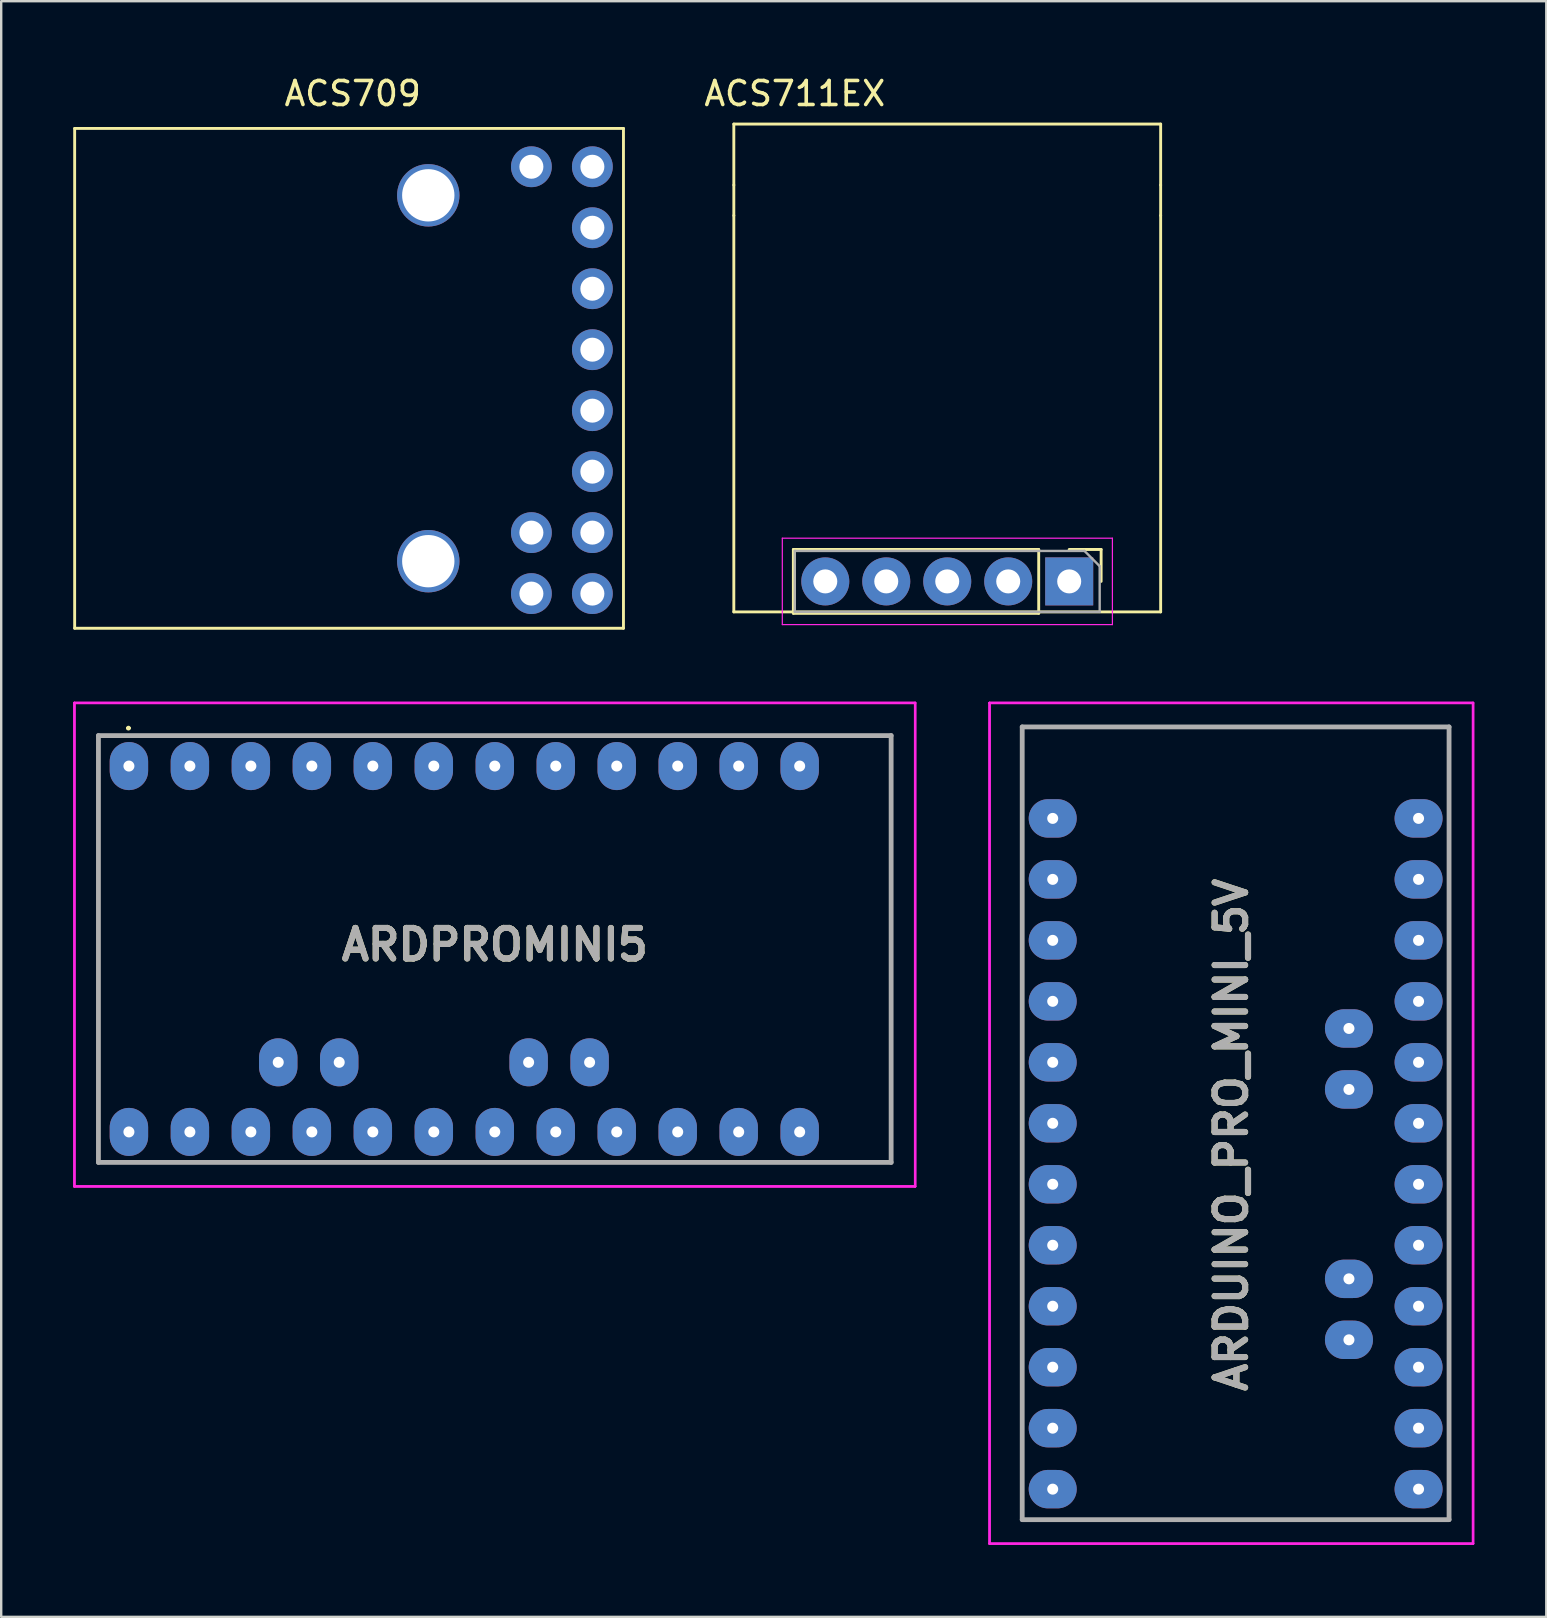
<source format=kicad_pcb>
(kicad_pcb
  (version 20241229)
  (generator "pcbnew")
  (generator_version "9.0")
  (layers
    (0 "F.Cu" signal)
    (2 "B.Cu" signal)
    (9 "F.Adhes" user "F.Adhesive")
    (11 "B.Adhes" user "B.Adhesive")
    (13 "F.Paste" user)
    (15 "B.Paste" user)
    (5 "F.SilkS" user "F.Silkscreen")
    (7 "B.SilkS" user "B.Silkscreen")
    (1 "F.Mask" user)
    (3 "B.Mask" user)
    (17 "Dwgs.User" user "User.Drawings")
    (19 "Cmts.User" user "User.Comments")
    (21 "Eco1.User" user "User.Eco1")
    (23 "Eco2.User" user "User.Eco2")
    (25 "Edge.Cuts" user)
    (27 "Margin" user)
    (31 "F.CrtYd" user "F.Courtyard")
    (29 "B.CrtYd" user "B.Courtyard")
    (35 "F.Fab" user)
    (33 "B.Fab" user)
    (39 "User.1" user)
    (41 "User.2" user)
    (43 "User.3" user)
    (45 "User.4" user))
  (footprint "ACS709"
    (layer "F.Cu")
    (at 22.92 2.296)
    (property "Reference" "ACS709" (at -11.278 -1.448 0) (layer "F.SilkS") (effects (font (size 1 1) (thickness 0.15))))
    (attr through_hole)
    (fp_line (start -22.86 20.824) (end -22.86 0.004) (stroke (width 0.12) (type solid)) (layer "F.SilkS"))
    (fp_line (start 0 0.004) (end -22.86 0.004) (stroke (width 0.12) (type solid)) (layer "F.SilkS"))
    (fp_line (start 0 0.004) (end 0 20.824) (stroke (width 0.12) (type solid)) (layer "F.SilkS"))
    (fp_line (start 0 20.824) (end -22.86 20.824) (stroke (width 0.12) (type solid)) (layer "F.SilkS"))
    (pad "" thru_hole circle (at -8.13 2.79 90) (size 2.6 2.6) (drill 2.18) (layers "*.Cu" "*.Mask"))
    (pad "" thru_hole circle (at -8.13 18.03 90) (size 2.6 2.6) (drill 2.18) (layers "*.Cu" "*.Mask"))
    (pad "3" thru_hole circle (at -3.835 1.6) (size 1.7 1.7) (drill 1) (layers "*.Cu" "*.Mask"))
    (pad "4" thru_hole oval (at -1.295 1.6) (size 1.7 1.7) (drill 1) (layers "*.Cu" "*.Mask"))
    (pad "5" thru_hole oval (at -1.295 4.14) (size 1.7 1.7) (drill 1) (layers "*.Cu" "*.Mask"))
    (pad "6" thru_hole oval (at -1.295 6.68) (size 1.7 1.7) (drill 1) (layers "*.Cu" "*.Mask"))
    (pad "7" thru_hole oval (at -1.295 9.22) (size 1.7 1.7) (drill 1) (layers "*.Cu" "*.Mask"))
    (pad "8" thru_hole oval (at -1.295 11.76) (size 1.7 1.7) (drill 1) (layers "*.Cu" "*.Mask"))
    (pad "9" thru_hole oval (at -1.295 14.3) (size 1.7 1.7) (drill 1) (layers "*.Cu" "*.Mask"))
    (pad "10" thru_hole oval (at -1.295 16.84) (size 1.7 1.7) (drill 1) (layers "*.Cu" "*.Mask"))
    (pad "11" thru_hole oval (at -1.295 19.38) (size 1.7 1.7) (drill 1) (layers "*.Cu" "*.Mask"))
    (pad "12" thru_hole oval (at -3.835 19.38) (size 1.7 1.7) (drill 1) (layers "*.Cu" "*.Mask"))
    (pad "13" thru_hole oval (at -3.835 16.84) (size 1.7 1.7) (drill 1) (layers "*.Cu" "*.Mask")))
  (footprint "ACS711EX"
    (layer "F.Cu")
    (at 36.407 9.738)
    (property "Reference" "ACS711EX" (at -6.35 -8.89 0) (layer "F.SilkS") (effects (font (size 1 1) (thickness 0.15))))
    (attr through_hole)
    (fp_line (start -8.89 -7.62) (end 8.89 -7.62) (stroke (width 0.12) (type solid)) (layer "F.SilkS"))
    (fp_line (start -8.89 -5.08) (end -8.89 -7.62) (stroke (width 0.12) (type solid)) (layer "F.SilkS"))
    (fp_line (start -8.89 -3.81) (end -8.89 -5.08) (stroke (width 0.12) (type solid)) (layer "F.SilkS"))
    (fp_line (start -8.89 -3.81) (end -8.89 12.7) (stroke (width 0.12) (type solid)) (layer "F.SilkS"))
    (fp_line (start -8.89 12.7) (end 8.89 12.7) (stroke (width 0.12) (type solid)) (layer "F.SilkS"))
    (fp_line (start -6.41 10.1) (end -6.41 12.76) (stroke (width 0.12) (type solid)) (layer "F.SilkS"))
    (fp_line (start 3.81 10.1) (end -6.41 10.1) (stroke (width 0.12) (type solid)) (layer "F.SilkS"))
    (fp_line (start 3.81 10.1) (end 3.81 12.76) (stroke (width 0.12) (type solid)) (layer "F.SilkS"))
    (fp_line (start 3.81 12.76) (end -6.41 12.76) (stroke (width 0.12) (type solid)) (layer "F.SilkS"))
    (fp_line (start 5.08 10.1) (end 6.41 10.1) (stroke (width 0.12) (type solid)) (layer "F.SilkS"))
    (fp_line (start 6.41 10.1) (end 6.41 11.43) (stroke (width 0.12) (type solid)) (layer "F.SilkS"))
    (fp_line (start 8.89 -5.08) (end 8.89 -7.62) (stroke (width 0.12) (type solid)) (layer "F.SilkS"))
    (fp_line (start 8.89 -5.08) (end 8.89 -3.81) (stroke (width 0.12) (type solid)) (layer "F.SilkS"))
    (fp_line (start 8.89 12.7) (end 8.89 -3.81) (stroke (width 0.12) (type solid)) (layer "F.SilkS"))
    (fp_line (start -6.87 9.63) (end -6.87 13.23) (stroke (width 0.05) (type solid)) (layer "F.CrtYd"))
    (fp_line (start -6.87 13.23) (end 6.88 13.23) (stroke (width 0.05) (type solid)) (layer "F.CrtYd"))
    (fp_line (start 6.88 9.63) (end -6.87 9.63) (stroke (width 0.05) (type solid)) (layer "F.CrtYd"))
    (fp_line (start 6.88 13.23) (end 6.88 9.63) (stroke (width 0.05) (type solid)) (layer "F.CrtYd"))
    (fp_line (start -6.35 10.16) (end 5.715 10.16) (stroke (width 0.1) (type solid)) (layer "F.Fab"))
    (fp_line (start -6.35 12.7) (end -6.35 10.16) (stroke (width 0.1) (type solid)) (layer "F.Fab"))
    (fp_line (start 5.715 10.16) (end 6.35 10.795) (stroke (width 0.1) (type solid)) (layer "F.Fab"))
    (fp_line (start 6.35 10.795) (end 6.35 12.7) (stroke (width 0.1) (type solid)) (layer "F.Fab"))
    (fp_line (start 6.35 12.7) (end -6.35 12.7) (stroke (width 0.1) (type solid)) (layer "F.Fab"))
    (pad "1" thru_hole rect (at 5.08 11.43 270) (size 2 2) (drill 1) (layers "*.Cu" "*.Mask"))
    (pad "2" thru_hole oval (at 2.54 11.43 270) (size 2 2) (drill 1) (layers "*.Cu" "*.Mask"))
    (pad "3" thru_hole oval (at 0 11.43 270) (size 2 2) (drill 1) (layers "*.Cu" "*.Mask"))
    (pad "4" thru_hole oval (at -2.54 11.43 270) (size 2 2) (drill 1) (layers "*.Cu" "*.Mask"))
    (pad "5" thru_hole oval (at -5.08 11.43 270) (size 2 2) (drill 1) (layers "*.Cu" "*.Mask")))
  (footprint "ARDPROMINI5"
    (layer "F.Cu")
    (at 2.32 28.86)
    (property "Reference" "ARDPROMINI5" (at 15.24 7.44 0) (layer "F.SilkS") (effects (font (size 1.27 1.27) (thickness 0.254))))
    (attr through_hole)
    (fp_line (start -1.27 -1.27) (end 31.75 -1.27) (stroke (width 0.1) (type solid)) (layer "F.SilkS"))
    (fp_line (start -1.27 16.51) (end -1.27 -1.27) (stroke (width 0.1) (type solid)) (layer "F.SilkS"))
    (fp_line (start -0.07 -1.58) (end -0.07 -1.58) (stroke (width 0.1) (type solid)) (layer "F.SilkS"))
    (fp_line (start 0.03 -1.58) (end 0.03 -1.58) (stroke (width 0.1) (type solid)) (layer "F.SilkS"))
    (fp_line (start 31.75 -1.27) (end 31.75 16.51) (stroke (width 0.1) (type solid)) (layer "F.SilkS"))
    (fp_line (start 31.75 16.51) (end -1.27 16.51) (stroke (width 0.1) (type solid)) (layer "F.SilkS"))
    (fp_arc (start -0.07 -1.58) (mid -0.02 -1.63) (end 0.03 -1.58) (stroke (width 0.1) (type solid)) (layer "F.SilkS"))
    (fp_arc (start 0.03 -1.58) (mid -0.02 -1.53) (end -0.07 -1.58) (stroke (width 0.1) (type solid)) (layer "F.SilkS"))
    (fp_line (start -2.27 -2.63) (end 32.75 -2.63) (stroke (width 0.1) (type solid)) (layer "F.CrtYd"))
    (fp_line (start -2.27 -2.63) (end 32.75 -2.63) (stroke (width 0.1) (type solid)) (layer "F.CrtYd"))
    (fp_line (start -2.27 17.51) (end -2.27 -2.63) (stroke (width 0.1) (type solid)) (layer "F.CrtYd"))
    (fp_line (start -2.27 17.51) (end -2.27 -2.63) (stroke (width 0.1) (type solid)) (layer "F.CrtYd"))
    (fp_line (start 32.75 -2.63) (end 32.75 17.51) (stroke (width 0.1) (type solid)) (layer "F.CrtYd"))
    (fp_line (start 32.75 -2.63) (end 32.75 17.51) (stroke (width 0.1) (type solid)) (layer "F.CrtYd"))
    (fp_line (start 32.75 17.51) (end -2.27 17.51) (stroke (width 0.1) (type solid)) (layer "F.CrtYd"))
    (fp_line (start 32.75 17.51) (end -2.27 17.51) (stroke (width 0.1) (type solid)) (layer "F.CrtYd"))
    (fp_line (start -1.27 -1.27) (end 31.75 -1.27) (stroke (width 0.2) (type solid)) (layer "F.Fab"))
    (fp_line (start -1.27 16.51) (end -1.27 -1.27) (stroke (width 0.2) (type solid)) (layer "F.Fab"))
    (fp_line (start 31.75 -1.27) (end 31.75 16.51) (stroke (width 0.2) (type solid)) (layer "F.Fab"))
    (fp_line (start 31.75 16.51) (end -1.27 16.51) (stroke (width 0.2) (type solid)) (layer "F.Fab"))
    (fp_text user "${REFERENCE}" (at 15.24 7.44 0) (layer "F.Fab") (effects (font (size 1.27 1.27) (thickness 0.254))))
    (pad "1" thru_hole oval (at 0 0) (size 1.6 2) (drill 0.458) (layers "*.Cu" "*.Mask"))
    (pad "2" thru_hole oval (at 2.54 0) (size 1.6 2) (drill 0.458) (layers "*.Cu" "*.Mask"))
    (pad "3" thru_hole oval (at 5.08 0) (size 1.6 2) (drill 0.458) (layers "*.Cu" "*.Mask"))
    (pad "4" thru_hole oval (at 7.62 0) (size 1.6 2) (drill 0.458) (layers "*.Cu" "*.Mask"))
    (pad "5" thru_hole oval (at 10.16 0) (size 1.6 2) (drill 0.458) (layers "*.Cu" "*.Mask"))
    (pad "6" thru_hole oval (at 12.7 0) (size 1.6 2) (drill 0.458) (layers "*.Cu" "*.Mask"))
    (pad "7" thru_hole oval (at 15.24 0) (size 1.6 2) (drill 0.458) (layers "*.Cu" "*.Mask"))
    (pad "8" thru_hole oval (at 17.78 0) (size 1.6 2) (drill 0.458) (layers "*.Cu" "*.Mask"))
    (pad "9" thru_hole oval (at 20.32 0) (size 1.6 2) (drill 0.458) (layers "*.Cu" "*.Mask"))
    (pad "10" thru_hole oval (at 22.86 0) (size 1.6 2) (drill 0.458) (layers "*.Cu" "*.Mask"))
    (pad "11" thru_hole oval (at 25.4 0) (size 1.6 2) (drill 0.458) (layers "*.Cu" "*.Mask"))
    (pad "12" thru_hole oval (at 27.94 0) (size 1.6 2) (drill 0.458) (layers "*.Cu" "*.Mask"))
    (pad "13" thru_hole oval (at 27.94 15.24) (size 1.6 2) (drill 0.458) (layers "*.Cu" "*.Mask"))
    (pad "14" thru_hole oval (at 25.4 15.24) (size 1.6 2) (drill 0.458) (layers "*.Cu" "*.Mask"))
    (pad "15" thru_hole oval (at 22.86 15.24) (size 1.6 2) (drill 0.458) (layers "*.Cu" "*.Mask"))
    (pad "16" thru_hole oval (at 20.32 15.24) (size 1.6 2) (drill 0.458) (layers "*.Cu" "*.Mask"))
    (pad "17" thru_hole oval (at 17.78 15.24) (size 1.6 2) (drill 0.458) (layers "*.Cu" "*.Mask"))
    (pad "18" thru_hole oval (at 15.24 15.24) (size 1.6 2) (drill 0.458) (layers "*.Cu" "*.Mask"))
    (pad "19" thru_hole oval (at 12.7 15.24) (size 1.6 2) (drill 0.458) (layers "*.Cu" "*.Mask"))
    (pad "20" thru_hole oval (at 10.16 15.24) (size 1.6 2) (drill 0.458) (layers "*.Cu" "*.Mask"))
    (pad "21" thru_hole oval (at 7.62 15.24) (size 1.6 2) (drill 0.458) (layers "*.Cu" "*.Mask"))
    (pad "22" thru_hole oval (at 5.08 15.24) (size 1.6 2) (drill 0.458) (layers "*.Cu" "*.Mask"))
    (pad "23" thru_hole oval (at 2.54 15.24) (size 1.6 2) (drill 0.458) (layers "*.Cu" "*.Mask"))
    (pad "24" thru_hole oval (at 0 15.24) (size 1.6 2) (drill 0.458) (layers "*.Cu" "*.Mask"))
    (pad "25" thru_hole oval (at 6.22 12.34) (size 1.6 2) (drill 0.458) (layers "*.Cu" "*.Mask"))
    (pad "26" thru_hole oval (at 8.76 12.34) (size 1.6 2) (drill 0.458) (layers "*.Cu" "*.Mask"))
    (pad "27" thru_hole oval (at 16.65 12.34) (size 1.6 2) (drill 0.458) (layers "*.Cu" "*.Mask"))
    (pad "28" thru_hole oval (at 19.19 12.34) (size 1.6 2) (drill 0.458) (layers "*.Cu" "*.Mask")))
  (footprint "ARDUINO_PRO_MINI_5V "
    (layer "F.Cu")
    (at 49.842 47.779)
    (property "Reference" "ARDUINO_PRO_MINI_5V " (at -1.602 -4.039 90) (layer "F.SilkS") (effects (font (size 1.27 1.27) (thickness 0.254))))
    (attr through_hole)
    (fp_line (start -10.312 -20.549) (end 7.468 -20.549) (stroke (width 0.1) (type solid)) (layer "F.SilkS"))
    (fp_line (start -10.312 12.471) (end -10.312 -20.549) (stroke (width 0.1) (type solid)) (layer "F.SilkS"))
    (fp_line (start 7.468 -20.549) (end 7.468 12.471) (stroke (width 0.1) (type solid)) (layer "F.SilkS"))
    (fp_line (start 7.468 12.471) (end -10.312 12.471) (stroke (width 0.1) (type solid)) (layer "F.SilkS"))
    (fp_line (start -11.672 -21.549) (end 8.468 -21.549) (stroke (width 0.1) (type solid)) (layer "F.CrtYd"))
    (fp_line (start -11.672 -21.549) (end 8.468 -21.549) (stroke (width 0.1) (type solid)) (layer "F.CrtYd"))
    (fp_line (start -11.672 13.471) (end -11.672 -21.549) (stroke (width 0.1) (type solid)) (layer "F.CrtYd"))
    (fp_line (start -11.672 13.471) (end -11.672 -21.549) (stroke (width 0.1) (type solid)) (layer "F.CrtYd"))
    (fp_line (start 8.468 -21.549) (end 8.468 13.471) (stroke (width 0.1) (type solid)) (layer "F.CrtYd"))
    (fp_line (start 8.468 -21.549) (end 8.468 13.471) (stroke (width 0.1) (type solid)) (layer "F.CrtYd"))
    (fp_line (start 8.468 13.471) (end -11.672 13.471) (stroke (width 0.1) (type solid)) (layer "F.CrtYd"))
    (fp_line (start 8.468 13.471) (end -11.672 13.471) (stroke (width 0.1) (type solid)) (layer "F.CrtYd"))
    (fp_line (start -10.312 -20.549) (end 7.468 -20.549) (stroke (width 0.2) (type solid)) (layer "F.Fab"))
    (fp_line (start -10.312 12.471) (end -10.312 -20.549) (stroke (width 0.2) (type solid)) (layer "F.Fab"))
    (fp_line (start 7.468 -20.549) (end 7.468 12.471) (stroke (width 0.2) (type solid)) (layer "F.Fab"))
    (fp_line (start 7.468 12.471) (end -10.312 12.471) (stroke (width 0.2) (type solid)) (layer "F.Fab"))
    (fp_text user "${REFERENCE}" (at -1.602 -4.039 90) (layer "F.Fab") (effects (font (size 1.27 1.27) (thickness 0.254))))
    (pad "1" thru_hole oval (at -9.042 -16.739 90) (size 1.6 2) (drill 0.458) (layers "*.Cu" "*.Mask"))
    (pad "2" thru_hole oval (at -9.042 -14.199 90) (size 1.6 2) (drill 0.458) (layers "*.Cu" "*.Mask"))
    (pad "3" thru_hole oval (at -9.042 -11.659 90) (size 1.6 2) (drill 0.458) (layers "*.Cu" "*.Mask"))
    (pad "4" thru_hole oval (at -9.042 -9.119 90) (size 1.6 2) (drill 0.458) (layers "*.Cu" "*.Mask"))
    (pad "5" thru_hole oval (at -9.042 -6.579 90) (size 1.6 2) (drill 0.458) (layers "*.Cu" "*.Mask"))
    (pad "6" thru_hole oval (at -9.042 -4.039 90) (size 1.6 2) (drill 0.458) (layers "*.Cu" "*.Mask"))
    (pad "7" thru_hole oval (at -9.042 -1.499 90) (size 1.6 2) (drill 0.458) (layers "*.Cu" "*.Mask"))
    (pad "8" thru_hole oval (at -9.042 1.041 90) (size 1.6 2) (drill 0.458) (layers "*.Cu" "*.Mask"))
    (pad "9" thru_hole oval (at -9.042 3.581 90) (size 1.6 2) (drill 0.458) (layers "*.Cu" "*.Mask"))
    (pad "10" thru_hole oval (at -9.042 6.121 90) (size 1.6 2) (drill 0.458) (layers "*.Cu" "*.Mask"))
    (pad "11" thru_hole oval (at -9.042 8.661 90) (size 1.6 2) (drill 0.458) (layers "*.Cu" "*.Mask"))
    (pad "12" thru_hole oval (at -9.042 11.201 90) (size 1.6 2) (drill 0.458) (layers "*.Cu" "*.Mask"))
    (pad "13" thru_hole oval (at 6.198 11.201 90) (size 1.6 2) (drill 0.458) (layers "*.Cu" "*.Mask"))
    (pad "14" thru_hole oval (at 6.198 8.661 90) (size 1.6 2) (drill 0.458) (layers "*.Cu" "*.Mask"))
    (pad "15" thru_hole oval (at 6.198 6.121 90) (size 1.6 2) (drill 0.458) (layers "*.Cu" "*.Mask"))
    (pad "16" thru_hole oval (at 3.298 4.981 90) (size 1.6 2) (drill 0.458) (layers "*.Cu" "*.Mask"))
    (pad "17" thru_hole oval (at 6.198 3.581 90) (size 1.6 2) (drill 0.458) (layers "*.Cu" "*.Mask"))
    (pad "18" thru_hole oval (at 3.298 2.441 90) (size 1.6 2) (drill 0.458) (layers "*.Cu" "*.Mask"))
    (pad "19" thru_hole oval (at 6.198 1.041 90) (size 1.6 2) (drill 0.458) (layers "*.Cu" "*.Mask"))
    (pad "20" thru_hole oval (at 6.198 -1.499 90) (size 1.6 2) (drill 0.458) (layers "*.Cu" "*.Mask"))
    (pad "21" thru_hole oval (at 6.198 -4.039 90) (size 1.6 2) (drill 0.458) (layers "*.Cu" "*.Mask"))
    (pad "22" thru_hole oval (at 3.298 -5.449 90) (size 1.6 2) (drill 0.458) (layers "*.Cu" "*.Mask"))
    (pad "23" thru_hole oval (at 6.198 -6.579 90) (size 1.6 2) (drill 0.458) (layers "*.Cu" "*.Mask"))
    (pad "24" thru_hole oval (at 3.298 -7.989 90) (size 1.6 2) (drill 0.458) (layers "*.Cu" "*.Mask"))
    (pad "25" thru_hole oval (at 6.198 -9.119 90) (size 1.6 2) (drill 0.458) (layers "*.Cu" "*.Mask"))
    (pad "26" thru_hole oval (at 6.198 -11.659 90) (size 1.6 2) (drill 0.458) (layers "*.Cu" "*.Mask"))
    (pad "27" thru_hole oval (at 6.198 -14.199 90) (size 1.6 2) (drill 0.458) (layers "*.Cu" "*.Mask"))
    (pad "28" thru_hole oval (at 6.198 -16.739 90) (size 1.6 2) (drill 0.458) (layers "*.Cu" "*.Mask")))
  (gr_rect
    (start -3 -3)
    (end 61.36 64.3)
    (stroke (width 0.1) (type default))
    (fill no)
    (layer "Edge.Cuts")))
</source>
